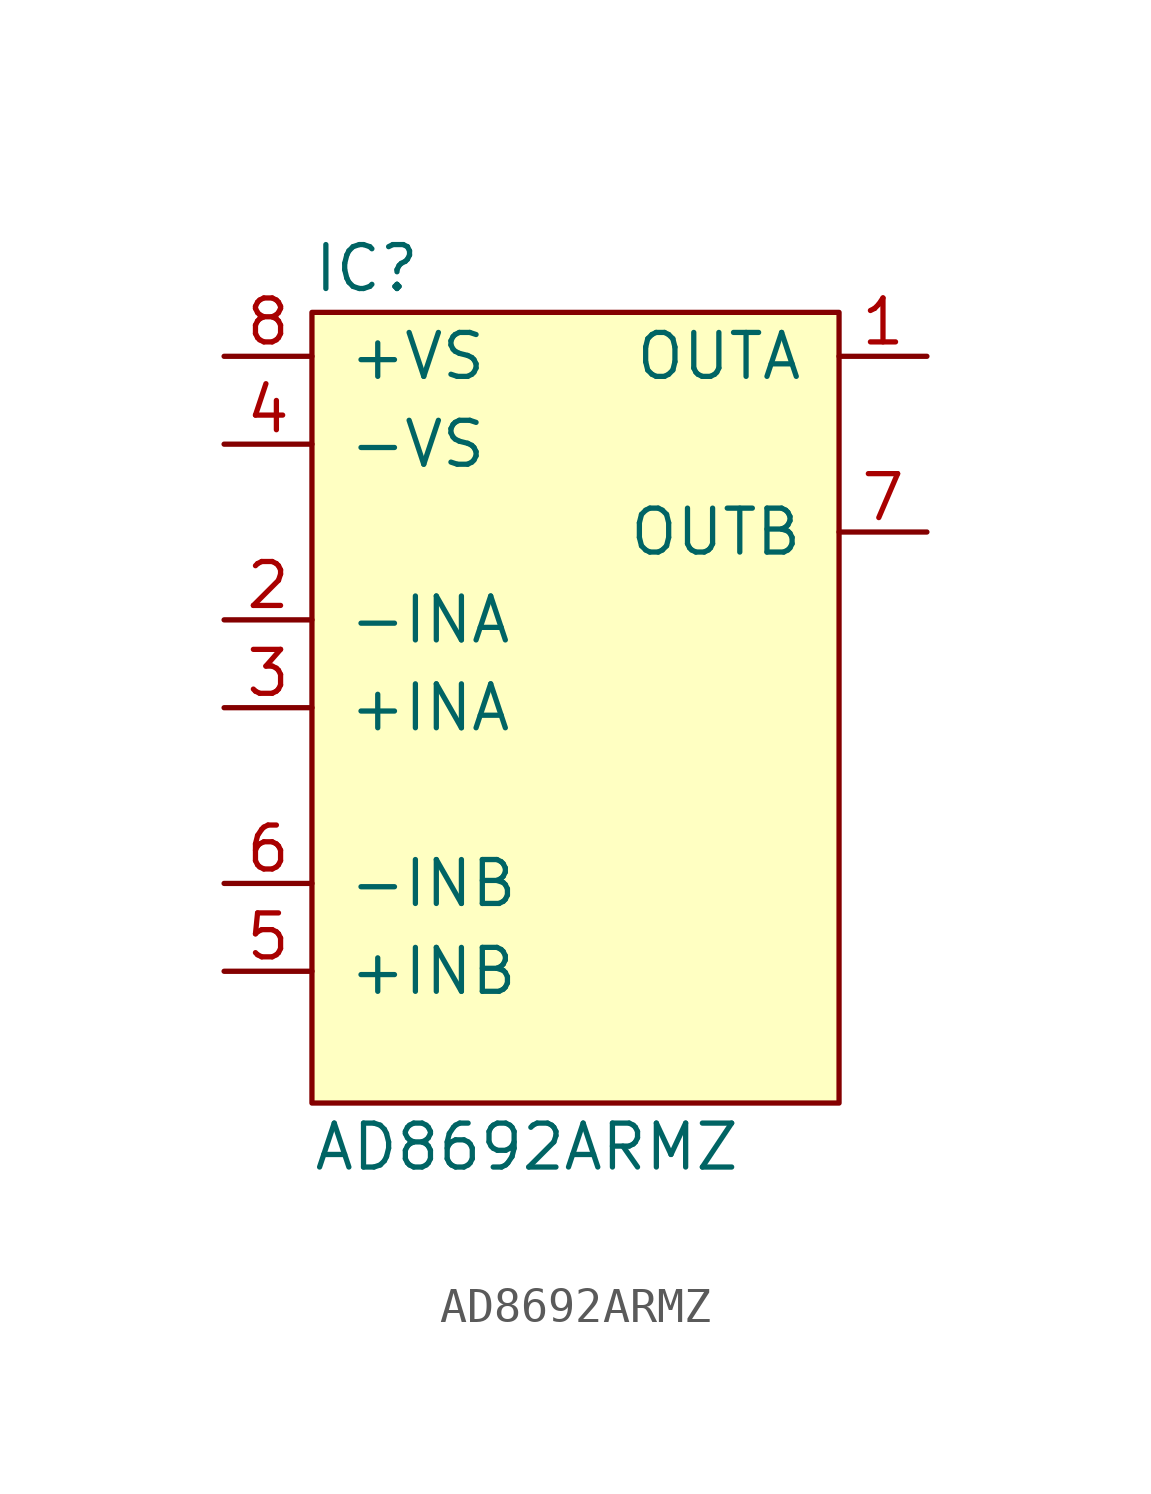
<source format=kicad_sym>
(kicad_symbol_lib
  (version 20211014)
  (generator agg_kicad.build_lib_ic)
  (symbol "AD8692ARMZ"
    (pin_names
      (offset 1.016))
    (property Reference IC
      (at -7.62 12.7 0)
      (effects (font (size 1.27 1.27)) (justify left)))
    (property Value "AD8692ARMZ"
      (at -7.62 -12.7 0)
      (effects (font (size 1.27 1.27)) (justify left)))
    (symbol "AD8692ARMZ_0_0"
      (rectangle (start -7.62 11.43) (end 7.62 -11.43) (stroke (width 0) (type default) (color 0 0 0 0)) (fill (type background)))
      (pin power_in line (at -10.16 10.16 0) (length 2.54) (name "+VS" (effects (font (size 1.27 1.27)))) (number "8" (effects (font (size 1.27 1.27)))))
      (pin power_in line (at -10.16 7.62 0) (length 2.54) (name -VS (effects (font (size 1.27 1.27)))) (number "4" (effects (font (size 1.27 1.27)))))
      (pin input line (at -10.16 2.54 0) (length 2.54) (name -INA (effects (font (size 1.27 1.27)))) (number "2" (effects (font (size 1.27 1.27)))))
      (pin input line (at -10.16 0 0) (length 2.54) (name "+INA" (effects (font (size 1.27 1.27)))) (number "3" (effects (font (size 1.27 1.27)))))
      (pin input line (at -10.16 -5.08 0) (length 2.54) (name -INB (effects (font (size 1.27 1.27)))) (number "6" (effects (font (size 1.27 1.27)))))
      (pin input line (at -10.16 -7.62 0) (length 2.54) (name "+INB" (effects (font (size 1.27 1.27)))) (number "5" (effects (font (size 1.27 1.27)))))
      (pin output line (at 10.16 10.16 180) (length 2.54) (name OUTA (effects (font (size 1.27 1.27)))) (number "1" (effects (font (size 1.27 1.27)))))
      (pin output line (at 10.16 5.08 180) (length 2.54) (name OUTB (effects (font (size 1.27 1.27)))) (number "7" (effects (font (size 1.27 1.27))))))))
</source>
